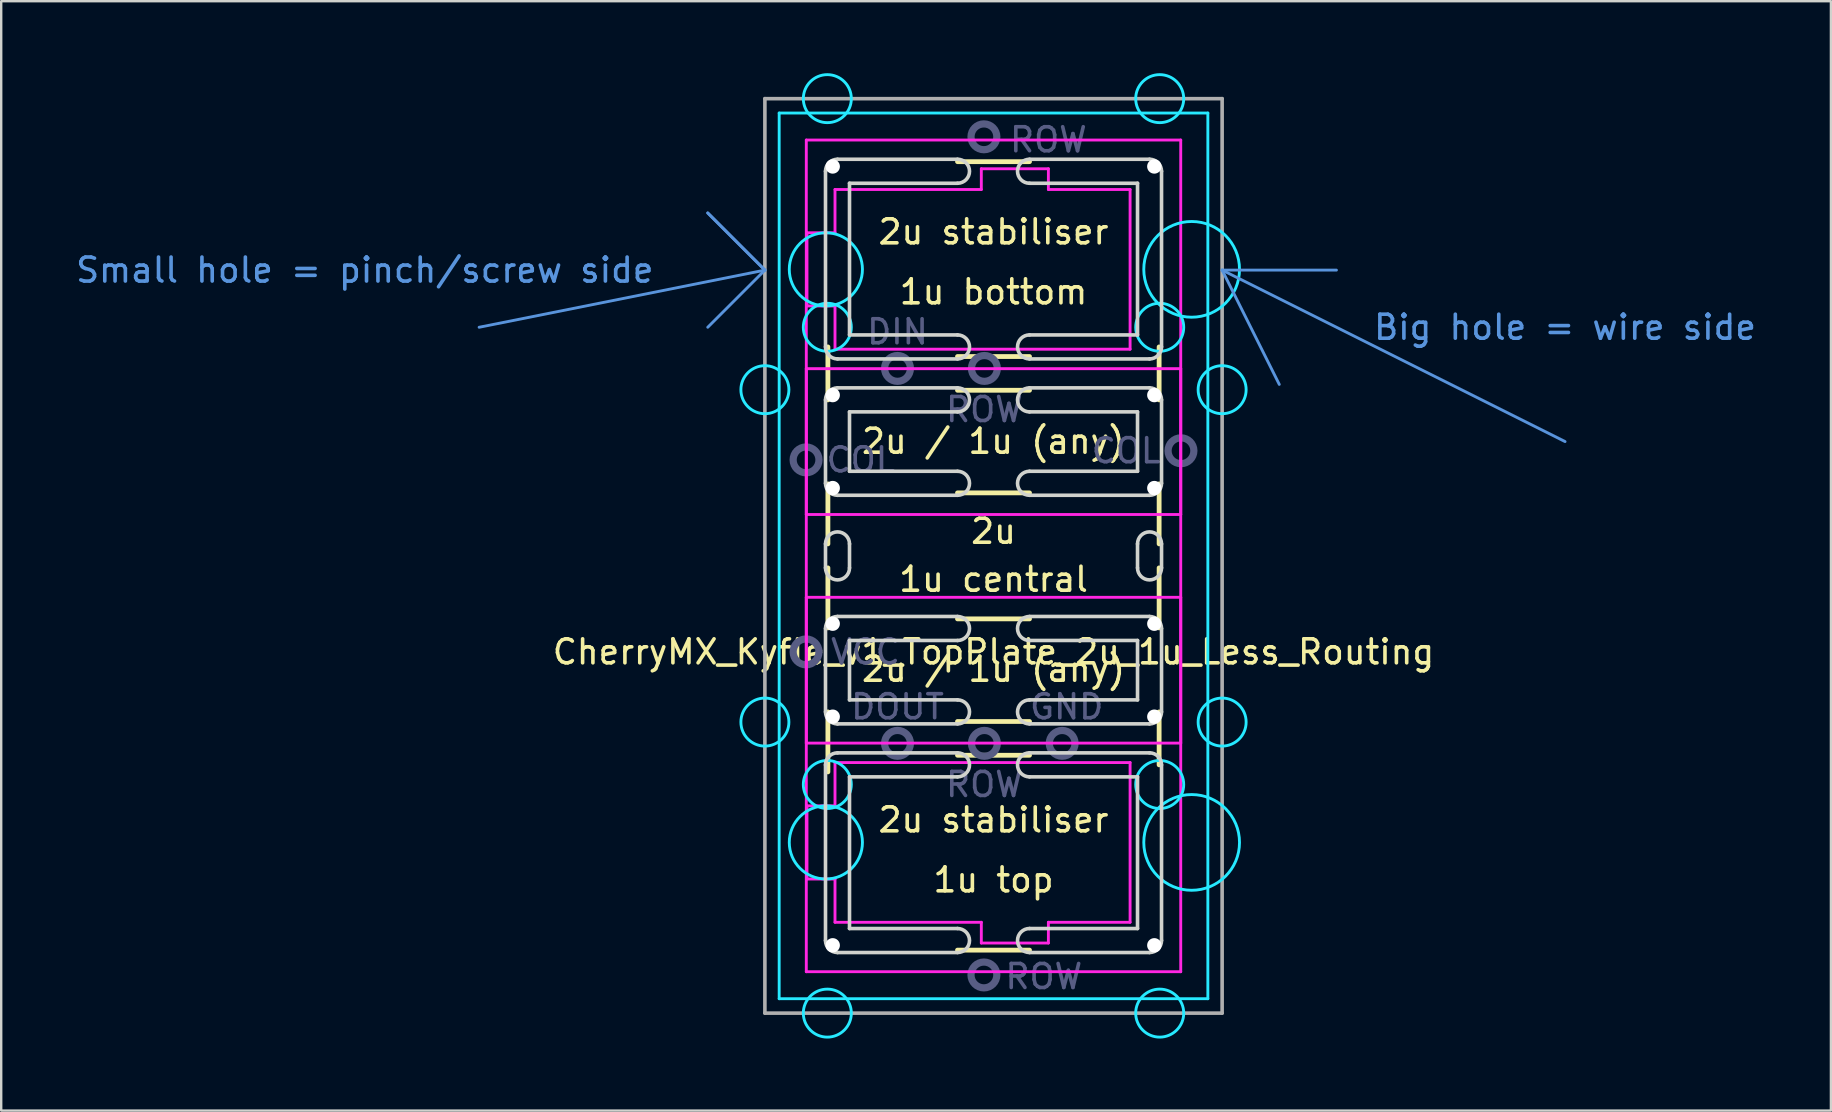
<source format=kicad_pcb>
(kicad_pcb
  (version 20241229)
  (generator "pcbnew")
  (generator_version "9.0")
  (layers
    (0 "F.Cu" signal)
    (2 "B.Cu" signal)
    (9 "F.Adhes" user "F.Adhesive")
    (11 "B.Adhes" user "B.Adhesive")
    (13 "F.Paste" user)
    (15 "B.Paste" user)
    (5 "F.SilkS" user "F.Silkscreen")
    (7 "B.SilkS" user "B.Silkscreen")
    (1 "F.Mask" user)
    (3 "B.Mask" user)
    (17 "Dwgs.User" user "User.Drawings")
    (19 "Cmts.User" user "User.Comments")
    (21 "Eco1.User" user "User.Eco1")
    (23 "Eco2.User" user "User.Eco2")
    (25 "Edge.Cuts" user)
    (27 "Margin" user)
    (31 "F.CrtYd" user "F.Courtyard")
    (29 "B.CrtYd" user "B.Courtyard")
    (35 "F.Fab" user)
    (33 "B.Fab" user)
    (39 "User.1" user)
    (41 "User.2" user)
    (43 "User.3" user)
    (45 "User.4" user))
  (footprint "CherryMX_Kyfle_v1_TopPlate_2u_1u_Less_Routing"
    (layer "F.Cu")
    (at 38.343 20.11)
    (property "Reference" "CherryMX_Kyfle_v1_TopPlate_2u_1u_Less_Routing" (at 0 4 0) (layer "F.SilkS") (effects (font (size 1 1) (thickness 0.15))))
    (attr through_hole)
    (fp_line (start -6.9 -6.5) (end -6.9 -8.706) (stroke (width 0.2) (type solid)) (layer "F.SilkS"))
    (fp_line (start -6.9 -0.5) (end -6.9 -3) (stroke (width 0.2) (type solid)) (layer "F.SilkS"))
    (fp_line (start -6.9 3) (end -6.9 0.5) (stroke (width 0.2) (type solid)) (layer "F.SilkS"))
    (fp_line (start -6.9 9) (end -6.9 6.5) (stroke (width 0.2) (type solid)) (layer "F.SilkS"))
    (fp_line (start -1.5 -6.9) (end 1.5 -6.9) (stroke (width 0.2) (type solid)) (layer "F.SilkS"))
    (fp_line (start -1.5 -2.625) (end 1.5 -2.625) (stroke (width 0.2) (type solid)) (layer "F.SilkS"))
    (fp_line (start -1.5 2.625) (end 1.5 2.625) (stroke (width 0.2) (type solid)) (layer "F.SilkS"))
    (fp_line (start -1.5 6.9) (end 1.5 6.9) (stroke (width 0.2) (type solid)) (layer "F.SilkS"))
    (fp_line (start -1.5 8.306) (end 1.5 8.306) (stroke (width 0.2) (type solid)) (layer "F.SilkS"))
    (fp_line (start -1.5 -16.425) (end 1.5 -16.425) (stroke (width 0.2) (type solid)) (layer "F.SilkS"))
    (fp_line (start -1.5 -8.306) (end 1.5 -8.306) (stroke (width 0.2) (type solid)) (layer "F.SilkS"))
    (fp_line (start -1.5 16.425) (end 1.5 16.425) (stroke (width 0.2) (type solid)) (layer "F.SilkS"))
    (fp_line (start 6.9 -6.5) (end 6.9 -8.706) (stroke (width 0.2) (type solid)) (layer "F.SilkS"))
    (fp_line (start 6.9 -0.5) (end 6.9 -3) (stroke (width 0.2) (type solid)) (layer "F.SilkS"))
    (fp_line (start 6.9 3) (end 6.9 0.5) (stroke (width 0.2) (type solid)) (layer "F.SilkS"))
    (fp_line (start 6.9 8.706) (end 6.9 6.5) (stroke (width 0.2) (type solid)) (layer "F.SilkS"))
    (fp_line (start -21.431 -9.525) (end -9.525 -11.906) (stroke (width 0.12) (type solid)) (layer "Cmts.User"))
    (fp_line (start -11.906 -14.287) (end -9.525 -11.906) (stroke (width 0.12) (type solid)) (layer "Cmts.User"))
    (fp_line (start -9.525 -11.906) (end -11.906 -14.287) (stroke (width 0.12) (type solid)) (layer "Cmts.User"))
    (fp_line (start -9.525 -11.906) (end -11.906 -9.525) (stroke (width 0.12) (type solid)) (layer "Cmts.User"))
    (fp_line (start 9.525 -11.906) (end 11.906 -7.144) (stroke (width 0.12) (type solid)) (layer "Cmts.User"))
    (fp_line (start 9.525 -11.906) (end 14.287 -11.906) (stroke (width 0.12) (type solid)) (layer "Cmts.User"))
    (fp_line (start 9.525 -11.906) (end 23.812 -4.763) (stroke (width 0.12) (type solid)) (layer "Cmts.User"))
    (fp_line (start -8.75 -10.44) (end -8.75 -13.44) (stroke (width 0.12) (type solid)) (layer "Eco1.User"))
    (fp_line (start -8.75 10.44) (end -8.75 13.44) (stroke (width 0.12) (type solid)) (layer "Eco1.User"))
    (fp_line (start -7.5 -13.94) (end -8.25 -13.94) (stroke (width 0.12) (type solid)) (layer "Eco1.User"))
    (fp_line (start -7.5 -9.94) (end -8.25 -9.94) (stroke (width 0.12) (type solid)) (layer "Eco1.User"))
    (fp_line (start -7.5 9.94) (end -8.25 9.94) (stroke (width 0.12) (type solid)) (layer "Eco1.User"))
    (fp_line (start -7.5 13.94) (end -8.25 13.94) (stroke (width 0.12) (type solid)) (layer "Eco1.User"))
    (fp_line (start -7 -16.025) (end -7 -14.44) (stroke (width 0.12) (type solid)) (layer "Eco1.User"))
    (fp_line (start -7 -9.44) (end -7 9.44) (stroke (width 0.12) (type solid)) (layer "Eco1.User"))
    (fp_line (start -7 16.025) (end -7 14.44) (stroke (width 0.12) (type solid)) (layer "Eco1.User"))
    (fp_line (start -6.5 16.525) (end 10.25 16.525) (stroke (width 0.12) (type solid)) (layer "Eco1.User"))
    (fp_line (start 7 -2.67) (end 7 -16.38) (stroke (width 0.12) (type solid)) (layer "Eco1.User"))
    (fp_line (start 7 6.855) (end 7 -6.855) (stroke (width 0.12) (type solid)) (layer "Eco1.User"))
    (fp_line (start 7 16.38) (end 7 2.67) (stroke (width 0.12) (type solid)) (layer "Eco1.User"))
    (fp_line (start 10.25 -16.525) (end -6.5 -16.525) (stroke (width 0.12) (type solid)) (layer "Eco1.User"))
    (fp_line (start 10.25 -7.355) (end 7.5 -7.355) (stroke (width 0.12) (type solid)) (layer "Eco1.User"))
    (fp_line (start 10.25 7.355) (end 7.5 7.355) (stroke (width 0.12) (type solid)) (layer "Eco1.User"))
    (fp_line (start 10.75 -16.025) (end 10.75 -7.855) (stroke (width 0.12) (type solid)) (layer "Eco1.User"))
    (fp_line (start 10.75 16.025) (end 10.75 7.855) (stroke (width 0.12) (type solid)) (layer "Eco1.User"))
    (fp_arc (start -8.75 -13.44) (mid -8.603553 -13.793553) (end -8.25 -13.94) (stroke (width 0.12) (type solid)) (layer "Eco1.User"))
    (fp_arc (start -8.75 10.44) (mid -8.603553 10.086447) (end -8.25 9.94) (stroke (width 0.12) (type solid)) (layer "Eco1.User"))
    (fp_arc (start -8.25 -9.94) (mid -8.603553 -10.086447) (end -8.75 -10.44) (stroke (width 0.12) (type solid)) (layer "Eco1.User"))
    (fp_arc (start -8.25 13.94) (mid -8.603553 13.793553) (end -8.75 13.44) (stroke (width 0.12) (type solid)) (layer "Eco1.User"))
    (fp_arc (start -7.5 -9.94) (mid -7.146447 -9.793553) (end -7 -9.44) (stroke (width 0.12) (type solid)) (layer "Eco1.User"))
    (fp_arc (start -7.5 13.94) (mid -7.146447 14.086447) (end -7 14.44) (stroke (width 0.12) (type solid)) (layer "Eco1.User"))
    (fp_arc (start -7 -16.025) (mid -6.853553 -16.378553) (end -6.5 -16.525) (stroke (width 0.12) (type solid)) (layer "Eco1.User"))
    (fp_arc (start -7 -14.44) (mid -7.146447 -14.086447) (end -7.5 -13.94) (stroke (width 0.12) (type solid)) (layer "Eco1.User"))
    (fp_arc (start -7 9.44) (mid -7.146447 9.793553) (end -7.5 9.94) (stroke (width 0.12) (type solid)) (layer "Eco1.User"))
    (fp_arc (start -6.5 16.525) (mid -6.853553 16.378553) (end -7 16.025) (stroke (width 0.12) (type solid)) (layer "Eco1.User"))
    (fp_arc (start 7 -6.855) (mid 7.146447 -7.208553) (end 7.5 -7.355) (stroke (width 0.12) (type solid)) (layer "Eco1.User"))
    (fp_arc (start 7.5 7.355) (mid 7.146447 7.208553) (end 7 6.855) (stroke (width 0.12) (type solid)) (layer "Eco1.User"))
    (fp_arc (start 10.25 -16.525) (mid 10.603553 -16.378553) (end 10.75 -16.025) (stroke (width 0.12) (type solid)) (layer "Eco1.User"))
    (fp_arc (start 10.25 7.355) (mid 10.603553 7.501447) (end 10.75 7.855) (stroke (width 0.12) (type solid)) (layer "Eco1.User"))
    (fp_arc (start 10.75 -7.855) (mid 10.603553 -7.501447) (end 10.25 -7.355) (stroke (width 0.12) (type solid)) (layer "Eco1.User"))
    (fp_arc (start 10.75 16.025) (mid 10.603553 16.378553) (end 10.25 16.525) (stroke (width 0.12) (type solid)) (layer "Eco1.User"))
    (fp_line (start -7 8.706) (end -7 16.025) (stroke (width 0.15) (type solid)) (layer "Edge.Cuts"))
    (fp_line (start -7 -16.025) (end -7 -8.706) (stroke (width 0.15) (type solid)) (layer "Edge.Cuts"))
    (fp_line (start -7 -6.5) (end -7 -3.025) (stroke (width 0.15) (type solid)) (layer "Edge.Cuts"))
    (fp_line (start -7 0.5) (end -7 -0.5) (stroke (width 0.15) (type solid)) (layer "Edge.Cuts"))
    (fp_line (start -7 3.025) (end -7 6.5) (stroke (width 0.15) (type solid)) (layer "Edge.Cuts"))
    (fp_line (start -6.5 -2.525) (end -1.5 -2.525) (stroke (width 0.15) (type solid)) (layer "Edge.Cuts"))
    (fp_line (start -6.5 7) (end -1.5 7) (stroke (width 0.15) (type solid)) (layer "Edge.Cuts"))
    (fp_line (start -6.5 16.525) (end -1.5 16.525) (stroke (width 0.15) (type solid)) (layer "Edge.Cuts"))
    (fp_line (start -6 -9.206) (end -6 -15.525) (stroke (width 0.15) (type solid)) (layer "Edge.Cuts"))
    (fp_line (start -6 -3.525) (end -6 -6) (stroke (width 0.15) (type solid)) (layer "Edge.Cuts"))
    (fp_line (start -6 -3.525) (end -1.5 -3.525) (stroke (width 0.15) (type solid)) (layer "Edge.Cuts"))
    (fp_line (start -6 0.5) (end -6 -0.5) (stroke (width 0.15) (type solid)) (layer "Edge.Cuts"))
    (fp_line (start -6 6) (end -6 3.525) (stroke (width 0.15) (type solid)) (layer "Edge.Cuts"))
    (fp_line (start -6 6) (end -1.5 6) (stroke (width 0.15) (type solid)) (layer "Edge.Cuts"))
    (fp_line (start -6 15.525) (end -6 9.206) (stroke (width 0.15) (type solid)) (layer "Edge.Cuts"))
    (fp_line (start -6 15.525) (end -1.5 15.525) (stroke (width 0.15) (type solid)) (layer "Edge.Cuts"))
    (fp_line (start -1.5 -9.206) (end -6 -9.206) (stroke (width 0.15) (type solid)) (layer "Edge.Cuts"))
    (fp_line (start -1.5 -8.206) (end -6.5 -8.206) (stroke (width 0.15) (type solid)) (layer "Edge.Cuts"))
    (fp_line (start -1.5 -7) (end -6.5 -7) (stroke (width 0.15) (type solid)) (layer "Edge.Cuts"))
    (fp_line (start -1.5 -6) (end -6 -6) (stroke (width 0.15) (type solid)) (layer "Edge.Cuts"))
    (fp_line (start -1.5 2.525) (end -6.5 2.525) (stroke (width 0.15) (type solid)) (layer "Edge.Cuts"))
    (fp_line (start -1.5 3.525) (end -6 3.525) (stroke (width 0.15) (type solid)) (layer "Edge.Cuts"))
    (fp_line (start -1.5 8.206) (end -6.5 8.206) (stroke (width 0.15) (type solid)) (layer "Edge.Cuts"))
    (fp_line (start -1.5 9.206) (end -6 9.206) (stroke (width 0.15) (type solid)) (layer "Edge.Cuts"))
    (fp_line (start -1.5 -16.525) (end -6.5 -16.525) (stroke (width 0.15) (type solid)) (layer "Edge.Cuts"))
    (fp_line (start -1.5 -15.525) (end -6 -15.525) (stroke (width 0.15) (type solid)) (layer "Edge.Cuts"))
    (fp_line (start 1.5 -3.525) (end 6 -3.525) (stroke (width 0.15) (type solid)) (layer "Edge.Cuts"))
    (fp_line (start 1.5 -2.525) (end 6.5 -2.525) (stroke (width 0.15) (type solid)) (layer "Edge.Cuts"))
    (fp_line (start 1.5 6) (end 6 6) (stroke (width 0.15) (type solid)) (layer "Edge.Cuts"))
    (fp_line (start 1.5 7) (end 6.5 7) (stroke (width 0.15) (type solid)) (layer "Edge.Cuts"))
    (fp_line (start 1.5 16.525) (end 6.5 16.525) (stroke (width 0.15) (type solid)) (layer "Edge.Cuts"))
    (fp_line (start 1.5 15.525) (end 6 15.525) (stroke (width 0.15) (type solid)) (layer "Edge.Cuts"))
    (fp_line (start 6 9.206) (end 1.5 9.206) (stroke (width 0.15) (type solid)) (layer "Edge.Cuts"))
    (fp_line (start 6 -15.525) (end 1.5 -15.525) (stroke (width 0.15) (type solid)) (layer "Edge.Cuts"))
    (fp_line (start 6 -9.206) (end 1.5 -9.206) (stroke (width 0.15) (type solid)) (layer "Edge.Cuts"))
    (fp_line (start 6 -9.206) (end 6 -15.525) (stroke (width 0.15) (type solid)) (layer "Edge.Cuts"))
    (fp_line (start 6 -6) (end 1.5 -6) (stroke (width 0.15) (type solid)) (layer "Edge.Cuts"))
    (fp_line (start 6 -3.525) (end 6 -6) (stroke (width 0.15) (type solid)) (layer "Edge.Cuts"))
    (fp_line (start 6 0.5) (end 6 -0.5) (stroke (width 0.15) (type solid)) (layer "Edge.Cuts"))
    (fp_line (start 6 3.525) (end 1.5 3.525) (stroke (width 0.15) (type solid)) (layer "Edge.Cuts"))
    (fp_line (start 6 6) (end 6 3.525) (stroke (width 0.15) (type solid)) (layer "Edge.Cuts"))
    (fp_line (start 6 15.525) (end 6 9.206) (stroke (width 0.15) (type solid)) (layer "Edge.Cuts"))
    (fp_line (start 6.5 -8.206) (end 1.5 -8.206) (stroke (width 0.15) (type solid)) (layer "Edge.Cuts"))
    (fp_line (start 6.5 8.206) (end 1.5 8.206) (stroke (width 0.15) (type solid)) (layer "Edge.Cuts"))
    (fp_line (start 6.5 -16.525) (end 1.5 -16.525) (stroke (width 0.15) (type solid)) (layer "Edge.Cuts"))
    (fp_line (start 6.5 -7) (end 1.5 -7) (stroke (width 0.15) (type solid)) (layer "Edge.Cuts"))
    (fp_line (start 6.5 2.525) (end 1.5 2.525) (stroke (width 0.15) (type solid)) (layer "Edge.Cuts"))
    (fp_line (start 7 8.706) (end 7 16.025) (stroke (width 0.15) (type solid)) (layer "Edge.Cuts"))
    (fp_line (start 7 -16.025) (end 7 -8.706) (stroke (width 0.15) (type solid)) (layer "Edge.Cuts"))
    (fp_line (start 7 -6.5) (end 7 -3.025) (stroke (width 0.15) (type solid)) (layer "Edge.Cuts"))
    (fp_line (start 7 0.5) (end 7 -0.5) (stroke (width 0.15) (type solid)) (layer "Edge.Cuts"))
    (fp_line (start 7 3.025) (end 7 6.5) (stroke (width 0.15) (type solid)) (layer "Edge.Cuts"))
    (fp_arc (start -7.000008 8.706264) (mid -6.853566 8.352702) (end -6.500008 8.20625) (stroke (width 0.15) (type solid)) (layer "Edge.Cuts"))
    (fp_arc (start -7 -16.025) (mid -6.853553 -16.378553) (end -6.5 -16.525) (stroke (width 0.15) (type solid)) (layer "Edge.Cuts"))
    (fp_arc (start -7 -6.5) (mid -6.853553 -6.853553) (end -6.5 -7) (stroke (width 0.15) (type solid)) (layer "Edge.Cuts"))
    (fp_arc (start -7 -0.5) (mid -6.5 -1) (end -6 -0.5) (stroke (width 0.15) (type solid)) (layer "Edge.Cuts"))
    (fp_arc (start -7 3.025) (mid -6.853553 2.671447) (end -6.5 2.525) (stroke (width 0.15) (type solid)) (layer "Edge.Cuts"))
    (fp_arc (start -6.500008 -8.20625) (mid -6.853561 -8.352697) (end -7.000008 -8.70625) (stroke (width 0.15) (type solid)) (layer "Edge.Cuts"))
    (fp_arc (start -6.5 -2.525) (mid -6.853553 -2.671447) (end -7 -3.025) (stroke (width 0.15) (type solid)) (layer "Edge.Cuts"))
    (fp_arc (start -6.5 7) (mid -6.853553 6.853553) (end -7 6.5) (stroke (width 0.15) (type solid)) (layer "Edge.Cuts"))
    (fp_arc (start -6.5 16.525) (mid -6.853553 16.378553) (end -7 16.025) (stroke (width 0.15) (type solid)) (layer "Edge.Cuts"))
    (fp_arc (start -6 0.5) (mid -6.5 1) (end -7 0.5) (stroke (width 0.15) (type solid)) (layer "Edge.Cuts"))
    (fp_arc (start -1.500008 -9.20625) (mid -1.000008 -8.70625) (end -1.500008 -8.20625) (stroke (width 0.15) (type solid)) (layer "Edge.Cuts"))
    (fp_arc (start -1.500008 -7) (mid -1.000008 -6.5) (end -1.500008 -6) (stroke (width 0.15) (type solid)) (layer "Edge.Cuts"))
    (fp_arc (start -1.500008 -3.525) (mid -1.000008 -3.025) (end -1.500008 -2.525) (stroke (width 0.15) (type solid)) (layer "Edge.Cuts"))
    (fp_arc (start -1.500008 2.525) (mid -1.000008 3.025) (end -1.500008 3.525) (stroke (width 0.15) (type solid)) (layer "Edge.Cuts"))
    (fp_arc (start -1.500008 6) (mid -1.000008 6.5) (end -1.500008 7) (stroke (width 0.15) (type solid)) (layer "Edge.Cuts"))
    (fp_arc (start -1.500008 8.20625) (mid -1.000008 8.70625) (end -1.500008 9.20625) (stroke (width 0.15) (type solid)) (layer "Edge.Cuts"))
    (fp_arc (start -1.5 -16.525) (mid -1 -16.025) (end -1.5 -15.525) (stroke (width 0.15) (type solid)) (layer "Edge.Cuts"))
    (fp_arc (start -1.5 15.525) (mid -1 16.025) (end -1.5 16.525) (stroke (width 0.15) (type solid)) (layer "Edge.Cuts"))
    (fp_arc (start 1.499992 -8.20625) (mid 0.999992 -8.70625) (end 1.499992 -9.20625) (stroke (width 0.15) (type solid)) (layer "Edge.Cuts"))
    (fp_arc (start 1.499992 -6) (mid 0.999992 -6.5) (end 1.499992 -7) (stroke (width 0.15) (type solid)) (layer "Edge.Cuts"))
    (fp_arc (start 1.499992 -2.525) (mid 0.999992 -3.025) (end 1.499992 -3.525) (stroke (width 0.15) (type solid)) (layer "Edge.Cuts"))
    (fp_arc (start 1.499992 3.525) (mid 0.999992 3.025) (end 1.499992 2.525) (stroke (width 0.15) (type solid)) (layer "Edge.Cuts"))
    (fp_arc (start 1.499992 7) (mid 0.999992 6.5) (end 1.499992 6) (stroke (width 0.15) (type solid)) (layer "Edge.Cuts"))
    (fp_arc (start 1.499992 9.20625) (mid 0.999992 8.70625) (end 1.499992 8.20625) (stroke (width 0.15) (type solid)) (layer "Edge.Cuts"))
    (fp_arc (start 1.499992 16.525) (mid 0.999992 16.025) (end 1.499992 15.525) (stroke (width 0.15) (type solid)) (layer "Edge.Cuts"))
    (fp_arc (start 1.5 -15.525) (mid 1 -16.025) (end 1.5 -16.525) (stroke (width 0.15) (type solid)) (layer "Edge.Cuts"))
    (fp_arc (start 6 -0.5) (mid 6.5 -1) (end 7 -0.5) (stroke (width 0.15) (type solid)) (layer "Edge.Cuts"))
    (fp_arc (start 6.499992 8.20625) (mid 6.853545 8.352697) (end 6.999992 8.70625) (stroke (width 0.15) (type solid)) (layer "Edge.Cuts"))
    (fp_arc (start 6.5 -16.525) (mid 6.853553 -16.378553) (end 7 -16.025) (stroke (width 0.15) (type solid)) (layer "Edge.Cuts"))
    (fp_arc (start 6.5 -7) (mid 6.853553 -6.853553) (end 7 -6.5) (stroke (width 0.15) (type solid)) (layer "Edge.Cuts"))
    (fp_arc (start 6.5 2.525) (mid 6.853553 2.671447) (end 7 3.025) (stroke (width 0.15) (type solid)) (layer "Edge.Cuts"))
    (fp_arc (start 6.999992 -8.706236) (mid 6.85354 -8.352692) (end 6.499992 -8.20625) (stroke (width 0.15) (type solid)) (layer "Edge.Cuts"))
    (fp_arc (start 7 -3.025) (mid 6.853553 -2.671447) (end 6.5 -2.525) (stroke (width 0.15) (type solid)) (layer "Edge.Cuts"))
    (fp_arc (start 7 0.5) (mid 6.5 1) (end 6 0.5) (stroke (width 0.15) (type solid)) (layer "Edge.Cuts"))
    (fp_arc (start 7 6.5) (mid 6.853553 6.853553) (end 6.5 7) (stroke (width 0.15) (type solid)) (layer "Edge.Cuts"))
    (fp_arc (start 7 16.025) (mid 6.853553 16.378553) (end 6.5 16.525) (stroke (width 0.15) (type solid)) (layer "Edge.Cuts"))
    (fp_line (start -8.93 -18.45) (end 8.93 -18.45) (stroke (width 0.12) (type solid)) (layer "B.CrtYd"))
    (fp_line (start -8.93 18.45) (end -8.93 -18.45) (stroke (width 0.12) (type solid)) (layer "B.CrtYd"))
    (fp_line (start 8.93 -18.45) (end 8.93 18.45) (stroke (width 0.12) (type solid)) (layer "B.CrtYd"))
    (fp_line (start 8.93 18.45) (end -8.93 18.45) (stroke (width 0.12) (type solid)) (layer "B.CrtYd"))
    (fp_circle (center -9.525 -6.924) (end -8.525 -6.924) (stroke (width 0.12) (type solid)) (fill no) (layer "B.CrtYd"))
    (fp_circle (center -9.525 6.924) (end -8.525 6.924) (stroke (width 0.12) (type solid)) (fill no) (layer "B.CrtYd"))
    (fp_circle (center -6.985 -11.938) (end -5.461 -11.938) (stroke (width 0.12) (type solid)) (fill no) (layer "B.CrtYd"))
    (fp_circle (center -6.985 11.938) (end -5.461 11.938) (stroke (width 0.12) (type solid)) (fill no) (layer "B.CrtYd"))
    (fp_circle (center -6.924 -19.05) (end -5.924 -19.05) (stroke (width 0.12) (type solid)) (fill no) (layer "B.CrtYd"))
    (fp_circle (center -6.924 -9.525) (end -5.924 -9.525) (stroke (width 0.12) (type solid)) (fill no) (layer "B.CrtYd"))
    (fp_circle (center -6.924 9.525) (end -5.924 9.525) (stroke (width 0.12) (type solid)) (fill no) (layer "B.CrtYd"))
    (fp_circle (center -6.924 19.05) (end -5.924 19.05) (stroke (width 0.12) (type solid)) (fill no) (layer "B.CrtYd"))
    (fp_circle (center 6.924 -19.05) (end 7.924 -19.05) (stroke (width 0.12) (type solid)) (fill no) (layer "B.CrtYd"))
    (fp_circle (center 6.924 -9.525) (end 7.924 -9.525) (stroke (width 0.12) (type solid)) (fill no) (layer "B.CrtYd"))
    (fp_circle (center 6.924 9.525) (end 7.924 9.525) (stroke (width 0.12) (type solid)) (fill no) (layer "B.CrtYd"))
    (fp_circle (center 6.924 19.05) (end 7.924 19.05) (stroke (width 0.12) (type solid)) (fill no) (layer "B.CrtYd"))
    (fp_circle (center 8.255 -11.938) (end 10.249 -11.938) (stroke (width 0.12) (type solid)) (fill no) (layer "B.CrtYd"))
    (fp_circle (center 8.255 11.938) (end 10.249 11.938) (stroke (width 0.12) (type solid)) (fill no) (layer "B.CrtYd"))
    (fp_circle (center 9.525 -6.924) (end 10.525 -6.924) (stroke (width 0.12) (type solid)) (fill no) (layer "B.CrtYd"))
    (fp_circle (center 9.525 6.924) (end 10.525 6.924) (stroke (width 0.12) (type solid)) (fill no) (layer "B.CrtYd"))
    (fp_line (start -7.8 -17.325) (end 7.8 -17.325) (stroke (width 0.12) (type solid)) (layer "F.CrtYd"))
    (fp_line (start -7.8 -7.8) (end 7.8 -7.8) (stroke (width 0.12) (type solid)) (layer "F.CrtYd"))
    (fp_line (start -7.8 -1.725) (end -7.8 -17.325) (stroke (width 0.12) (type solid)) (layer "F.CrtYd"))
    (fp_line (start -7.8 1.725) (end 7.8 1.725) (stroke (width 0.12) (type solid)) (layer "F.CrtYd"))
    (fp_line (start -7.8 7.8) (end -7.8 -7.8) (stroke (width 0.12) (type solid)) (layer "F.CrtYd"))
    (fp_line (start -7.8 17.325) (end -7.8 1.725) (stroke (width 0.12) (type solid)) (layer "F.CrtYd"))
    (fp_line (start -7.772 -13.462) (end -6.604 -13.462) (stroke (width 0.12) (type solid)) (layer "F.CrtYd"))
    (fp_line (start -7.772 -10.414) (end -7.772 -13.462) (stroke (width 0.12) (type solid)) (layer "F.CrtYd"))
    (fp_line (start -7.772 -10.414) (end -6.604 -10.414) (stroke (width 0.12) (type solid)) (layer "F.CrtYd"))
    (fp_line (start -7.772 10.414) (end -6.604 10.414) (stroke (width 0.12) (type solid)) (layer "F.CrtYd"))
    (fp_line (start -7.772 13.462) (end -7.772 10.414) (stroke (width 0.12) (type solid)) (layer "F.CrtYd"))
    (fp_line (start -7.772 13.462) (end -6.604 13.462) (stroke (width 0.12) (type solid)) (layer "F.CrtYd"))
    (fp_line (start -6.604 -15.265) (end -6.604 -13.462) (stroke (width 0.12) (type solid)) (layer "F.CrtYd"))
    (fp_line (start -6.604 -15.265) (end -0.508 -15.265) (stroke (width 0.12) (type solid)) (layer "F.CrtYd"))
    (fp_line (start -6.604 -8.611) (end -6.604 -10.414) (stroke (width 0.12) (type solid)) (layer "F.CrtYd"))
    (fp_line (start -6.604 -8.611) (end 5.69 -8.611) (stroke (width 0.12) (type solid)) (layer "F.CrtYd"))
    (fp_line (start -6.604 8.611) (end -6.604 10.414) (stroke (width 0.12) (type solid)) (layer "F.CrtYd"))
    (fp_line (start -6.604 8.611) (end 5.69 8.611) (stroke (width 0.12) (type solid)) (layer "F.CrtYd"))
    (fp_line (start -6.604 15.265) (end -6.604 13.462) (stroke (width 0.12) (type solid)) (layer "F.CrtYd"))
    (fp_line (start -6.604 15.265) (end -0.508 15.265) (stroke (width 0.12) (type solid)) (layer "F.CrtYd"))
    (fp_line (start -0.508 -16.129) (end 2.286 -16.129) (stroke (width 0.12) (type solid)) (layer "F.CrtYd"))
    (fp_line (start -0.508 -15.265) (end -0.508 -16.129) (stroke (width 0.12) (type solid)) (layer "F.CrtYd"))
    (fp_line (start -0.508 15.265) (end -0.508 16.129) (stroke (width 0.12) (type solid)) (layer "F.CrtYd"))
    (fp_line (start 2.286 -15.265) (end 2.286 -16.129) (stroke (width 0.12) (type solid)) (layer "F.CrtYd"))
    (fp_line (start 2.286 -15.265) (end 5.69 -15.265) (stroke (width 0.12) (type solid)) (layer "F.CrtYd"))
    (fp_line (start 2.286 15.265) (end 2.286 16.129) (stroke (width 0.12) (type solid)) (layer "F.CrtYd"))
    (fp_line (start 2.286 15.265) (end 5.69 15.265) (stroke (width 0.12) (type solid)) (layer "F.CrtYd"))
    (fp_line (start 2.286 16.129) (end -0.508 16.129) (stroke (width 0.12) (type solid)) (layer "F.CrtYd"))
    (fp_line (start 5.69 -8.611) (end 5.69 -15.265) (stroke (width 0.12) (type solid)) (layer "F.CrtYd"))
    (fp_line (start 5.69 15.265) (end 5.69 8.611) (stroke (width 0.12) (type solid)) (layer "F.CrtYd"))
    (fp_line (start 7.8 -17.325) (end 7.8 -1.725) (stroke (width 0.12) (type solid)) (layer "F.CrtYd"))
    (fp_line (start 7.8 -7.8) (end 7.8 7.8) (stroke (width 0.12) (type solid)) (layer "F.CrtYd"))
    (fp_line (start 7.8 -1.725) (end -7.8 -1.725) (stroke (width 0.12) (type solid)) (layer "F.CrtYd"))
    (fp_line (start 7.8 1.725) (end 7.8 17.325) (stroke (width 0.12) (type solid)) (layer "F.CrtYd"))
    (fp_line (start 7.8 7.8) (end -7.8 7.8) (stroke (width 0.12) (type solid)) (layer "F.CrtYd"))
    (fp_line (start 7.8 17.325) (end -7.8 17.325) (stroke (width 0.12) (type solid)) (layer "F.CrtYd"))
    (fp_circle (center -7.81 -4) (end -7.272 -4) (stroke (width 0.3) (type solid)) (fill no) (layer "B.Fab"))
    (fp_circle (center -7.81 4) (end -7.272 4) (stroke (width 0.3) (type solid)) (fill no) (layer "B.Fab"))
    (fp_circle (center -4 -7.81) (end -3.462 -7.81) (stroke (width 0.3) (type solid)) (fill no) (layer "B.Fab"))
    (fp_circle (center -4 7.81) (end -3.462 7.81) (stroke (width 0.3) (type solid)) (fill no) (layer "B.Fab"))
    (fp_circle (center -0.4 -17.46) (end 0.138 -17.46) (stroke (width 0.3) (type solid)) (fill no) (layer "B.Fab"))
    (fp_circle (center -0.4 17.46) (end 0.138 17.46) (stroke (width 0.3) (type solid)) (fill no) (layer "B.Fab"))
    (fp_circle (center -0.38 -7.81) (end 0.158 -7.81) (stroke (width 0.3) (type solid)) (fill no) (layer "B.Fab"))
    (fp_circle (center -0.38 7.81) (end 0.158 7.81) (stroke (width 0.3) (type solid)) (fill no) (layer "B.Fab"))
    (fp_circle (center 2.86 7.81) (end 3.397 7.81) (stroke (width 0.3) (type solid)) (fill no) (layer "B.Fab"))
    (fp_circle (center 7.81 -4.38) (end 8.348 -4.38) (stroke (width 0.3) (type solid)) (fill no) (layer "B.Fab"))
    (fp_line (start -9.525 -19.05) (end -9.525 19.05) (stroke (width 0.15) (type solid)) (layer "F.Fab"))
    (fp_line (start -9.525 19.05) (end 9.525 19.05) (stroke (width 0.15) (type solid)) (layer "F.Fab"))
    (fp_line (start 9.525 -19.05) (end -9.525 -19.05) (stroke (width 0.15) (type solid)) (layer "F.Fab"))
    (fp_line (start 9.525 19.05) (end 9.525 -19.05) (stroke (width 0.15) (type solid)) (layer "F.Fab"))
    (fp_text user "2u" (at 0 -1.025 0) (layer "F.SilkS") (effects (font (size 1 1) (thickness 0.15))))
    (fp_text user "1u central" (at 0 0.975 0) (layer "F.SilkS") (effects (font (size 1 1) (thickness 0.15))))
    (fp_text user "2u / 1u (any)" (at 0 -4.775 0) (layer "F.SilkS") (effects (font (size 1 1) (thickness 0.15))))
    (fp_text user "2u stabiliser" (at 0 -13.5 0) (layer "F.SilkS") (effects (font (size 1 1) (thickness 0.15))))
    (fp_text user "1u top" (at 0 13.5 0) (layer "F.SilkS") (effects (font (size 1 1) (thickness 0.15))))
    (fp_text user "1u bottom" (at 0 -11 0) (layer "F.SilkS") (effects (font (size 1 1) (thickness 0.15))))
    (fp_text user "2u stabiliser" (at 0 11 0) (layer "F.SilkS") (effects (font (size 1 1) (thickness 0.15))))
    (fp_text user "2u / 1u (any)" (at 0 4.725 0) (layer "F.SilkS") (effects (font (size 1 1) (thickness 0.15))))
    (fp_text user "Small hole = pinch/screw side" (at -26.194 -11.906 0) (layer "Cmts.User") (effects (font (size 1 1) (thickness 0.15))))
    (fp_text user "Big hole = wire side" (at 23.812 -9.525 0) (layer "Cmts.User") (effects (font (size 1 1) (thickness 0.15))))
    (fp_text user "DIN" (at -4 -9.335 0) (layer "B.Fab") (effects (font (size 1 1) (thickness 0.15))))
    (fp_text user "ROW" (at -0.381 -6.096 0) (layer "B.Fab") (effects (font (size 1 1) (thickness 0.15))))
    (fp_text user "VCC" (at -5.334 4 0) (layer "B.Fab") (effects (font (size 1 1) (thickness 0.15))))
    (fp_text user "GND" (at 3.048 6.287 0) (layer "B.Fab") (effects (font (size 1 1) (thickness 0.15))))
    (fp_text user "COL" (at 5.524 -4.381 0) (layer "B.Fab") (effects (font (size 1 1) (thickness 0.15))))
    (fp_text user "DOUT" (at -4 6.287 0) (layer "B.Fab") (effects (font (size 1 1) (thickness 0.15))))
    (fp_text user "ROW" (at 2.286 -17.335 0) (layer "B.Fab") (effects (font (size 1 1) (thickness 0.15))))
    (fp_text user "ROW" (at 2.095 17.526 0) (layer "B.Fab") (effects (font (size 1 1) (thickness 0.15))))
    (fp_text user "COL" (at -5.524 -4 0) (layer "B.Fab") (effects (font (size 1 1) (thickness 0.15))))
    (fp_text user "ROW" (at -0.381 9.525 0) (layer "B.Fab") (effects (font (size 1 1) (thickness 0.15))))
    (pad "" np_thru_hole circle (at -6.7 -16.225) (size 0.6 0.6) (drill 0.6) (layers "*.Cu"))
    (pad "" np_thru_hole circle (at -6.7 -6.7) (size 0.6 0.6) (drill 0.6) (layers "*.Cu"))
    (pad "" np_thru_hole circle (at -6.7 -2.825) (size 0.6 0.6) (drill 0.6) (layers "*.Cu"))
    (pad "" np_thru_hole circle (at -6.7 2.825) (size 0.6 0.6) (drill 0.6) (layers "*.Cu"))
    (pad "" np_thru_hole circle (at -6.7 6.7) (size 0.6 0.6) (drill 0.6) (layers "*.Cu"))
    (pad "" np_thru_hole circle (at -6.7 16.225) (size 0.6 0.6) (drill 0.6) (layers "*.Cu"))
    (pad "" np_thru_hole circle (at 6.7 -16.225) (size 0.6 0.6) (drill 0.6) (layers "*.Cu"))
    (pad "" np_thru_hole circle (at 6.7 -6.7) (size 0.6 0.6) (drill 0.6) (layers "*.Cu"))
    (pad "" np_thru_hole circle (at 6.7 -2.825) (size 0.6 0.6) (drill 0.6) (layers "*.Cu"))
    (pad "" np_thru_hole circle (at 6.7 2.825) (size 0.6 0.6) (drill 0.6) (layers "*.Cu"))
    (pad "" np_thru_hole circle (at 6.7 6.7) (size 0.6 0.6) (drill 0.6) (layers "*.Cu"))
    (pad "" np_thru_hole circle (at 6.7 16.225) (size 0.6 0.6) (drill 0.6) (layers "*.Cu")))
  (gr_rect
    (start -3 -3)
    (end 73.232 43.22)
    (stroke (width 0.1) (type default))
    (fill no)
    (layer "Edge.Cuts")))
</source>
